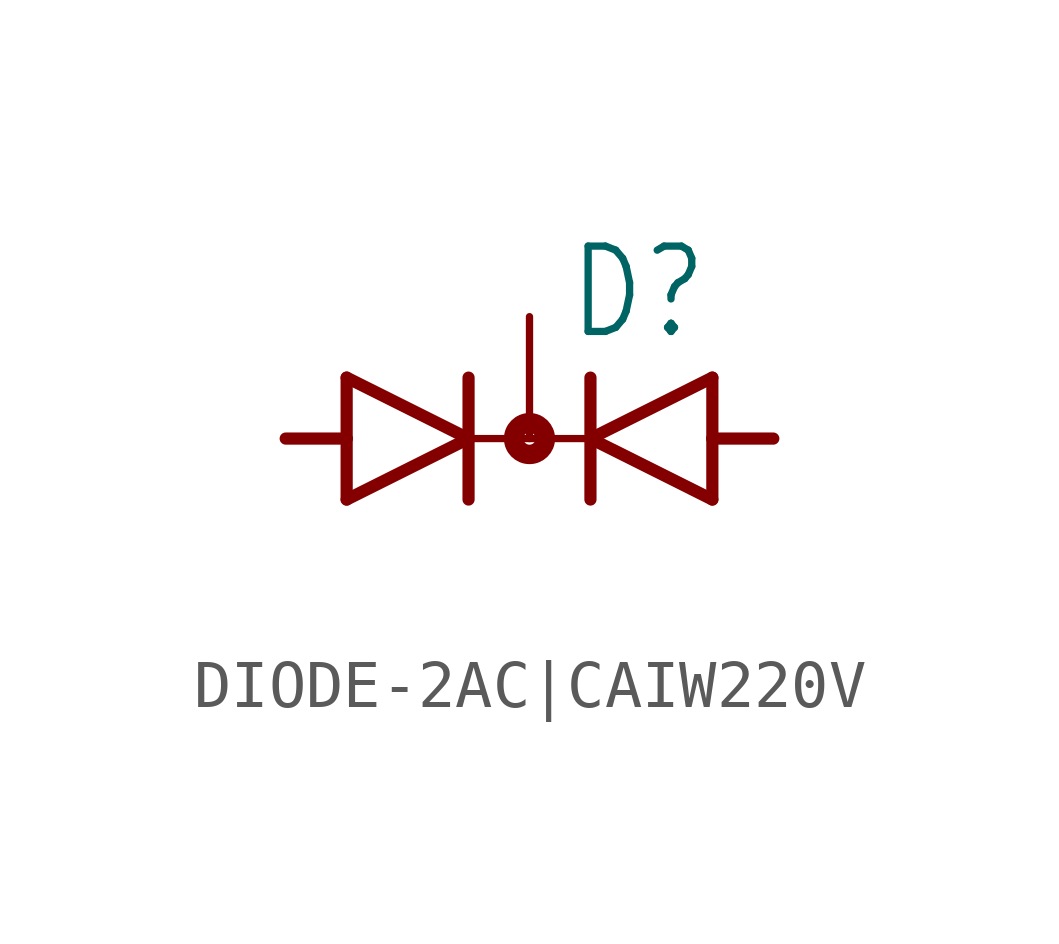
<source format=kicad_sym>
(kicad_symbol_lib
  (version 20231120)
  (generator "kicad_symbol_editor")
  (generator_version "8.0")
  (symbol "DIODE-2AC|CAIW220V"
    (property "Reference" "D"
      (at 0.762 2.007 0)
      (effects (font (size 1.778 1.511)) (justify left bottom)))
    (property "Value" ""
      (at -4.826 -3.454 0)
      (effects (font (size 1.778 1.511)) (justify left bottom)))
    (property "ki_locked" ""
      (at 0 0 0)
      (effects (font (size 1.27 1.27))))
    (symbol "DIODE-2AC|CAIW220V_1_0"
      (polyline (pts (xy -3.81 -1.27) (xy -1.27 0)) (stroke (width 0.254) (type solid)) (fill (type none)))
      (polyline (pts (xy -3.81 0) (xy -5.08 0)) (stroke (width 0.254) (type solid)) (fill (type none)))
      (polyline (pts (xy -3.81 0) (xy -3.81 -1.27)) (stroke (width 0.254) (type solid)) (fill (type none)))
      (polyline (pts (xy -3.81 1.27) (xy -3.81 0)) (stroke (width 0.254) (type solid)) (fill (type none)))
      (polyline (pts (xy -1.27 0) (xy -3.81 1.27)) (stroke (width 0.254) (type solid)) (fill (type none)))
      (polyline (pts (xy -1.27 0) (xy -1.27 -1.27)) (stroke (width 0.254) (type solid)) (fill (type none)))
      (polyline (pts (xy -1.27 0) (xy 1.27 0)) (stroke (width 0.152) (type solid)) (fill (type none)))
      (polyline (pts (xy -1.27 1.27) (xy -1.27 0)) (stroke (width 0.254) (type solid)) (fill (type none)))
      (polyline (pts (xy 1.27 -1.27) (xy 1.27 0)) (stroke (width 0.254) (type solid)) (fill (type none)))
      (polyline (pts (xy 1.27 0) (xy 1.27 1.27)) (stroke (width 0.254) (type solid)) (fill (type none)))
      (polyline (pts (xy 1.27 0) (xy 3.81 -1.27)) (stroke (width 0.254) (type solid)) (fill (type none)))
      (polyline (pts (xy 3.81 -1.27) (xy 3.81 0)) (stroke (width 0.254) (type solid)) (fill (type none)))
      (polyline (pts (xy 3.81 0) (xy 3.81 1.27)) (stroke (width 0.254) (type solid)) (fill (type none)))
      (polyline (pts (xy 3.81 0) (xy 5.08 0)) (stroke (width 0.254) (type solid)) (fill (type none)))
      (polyline (pts (xy 3.81 1.27) (xy 1.27 0)) (stroke (width 0.254) (type solid)) (fill (type none)))
      (circle (center 0 0) (radius 0.127) (stroke (width 0.406) (type solid)) (fill (type none)))
      (pin passive line (at -5.08 0 0) (length 0) (name "A1" (effects (font (size 0 0)))) (number "A1" (effects (font (size 0 0)))))
      (pin passive line (at 5.08 0 180) (length 0) (name "A2" (effects (font (size 0 0)))) (number "A2" (effects (font (size 0 0)))))
      (pin passive line (at 0 2.54 270) (length 2.54) (name "C" (effects (font (size 0 0)))) (number "C" (effects (font (size 0 0))))))))
</source>
